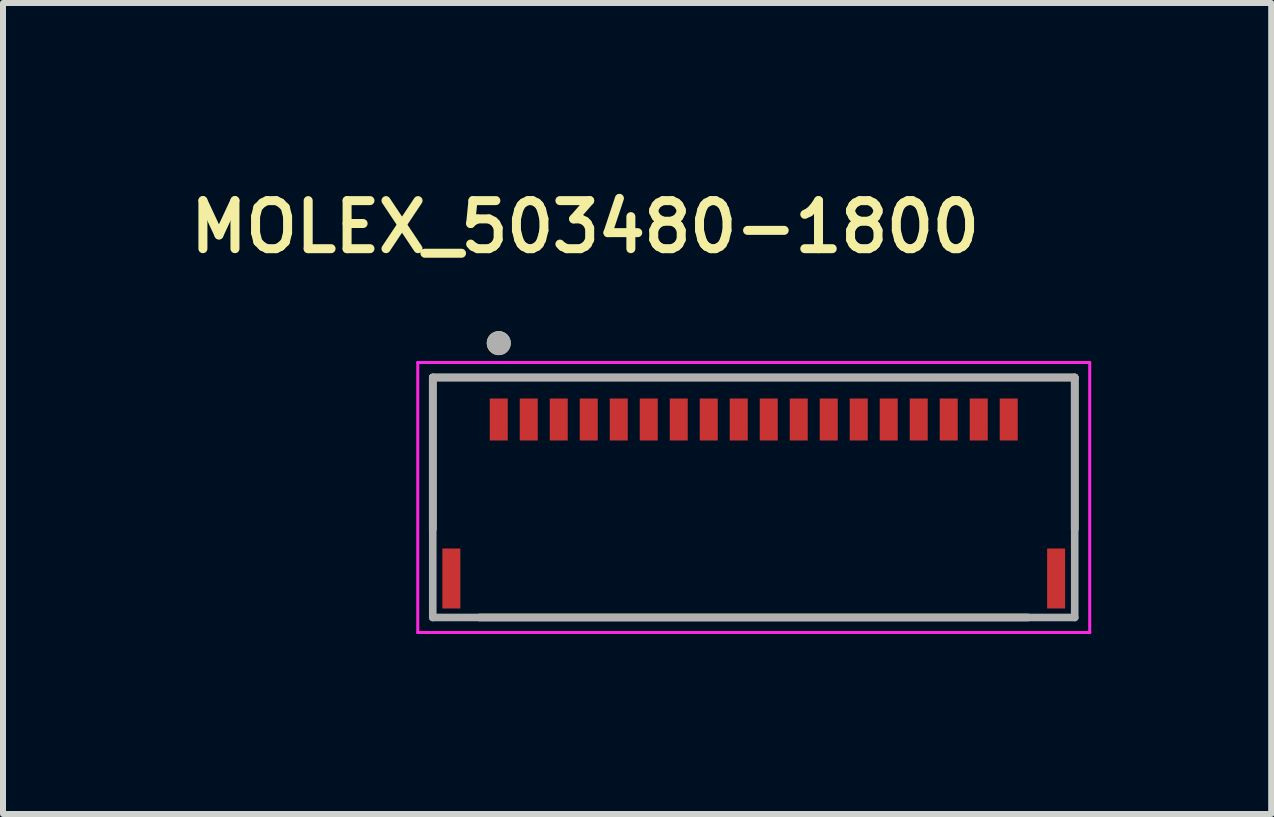
<source format=kicad_pcb>
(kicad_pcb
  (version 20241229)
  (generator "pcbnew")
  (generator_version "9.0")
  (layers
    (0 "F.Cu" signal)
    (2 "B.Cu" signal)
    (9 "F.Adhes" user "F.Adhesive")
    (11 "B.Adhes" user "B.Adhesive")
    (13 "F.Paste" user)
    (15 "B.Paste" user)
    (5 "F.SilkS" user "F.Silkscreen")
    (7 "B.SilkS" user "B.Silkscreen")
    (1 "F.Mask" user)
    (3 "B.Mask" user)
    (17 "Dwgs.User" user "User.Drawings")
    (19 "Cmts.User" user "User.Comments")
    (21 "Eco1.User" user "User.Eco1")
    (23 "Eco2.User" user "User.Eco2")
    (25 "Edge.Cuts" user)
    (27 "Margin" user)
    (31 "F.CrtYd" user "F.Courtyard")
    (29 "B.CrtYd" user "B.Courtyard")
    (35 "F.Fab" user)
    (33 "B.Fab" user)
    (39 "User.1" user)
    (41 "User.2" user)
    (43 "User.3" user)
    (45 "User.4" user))
  (footprint "MOLEX_503480-1800"
    (layer "F.Cu")
    (at 9.513 5.442)
    (property "Reference" "MOLEX_503480-1800" (at -2.811 -4.71 0) (layer "F.SilkS") (effects (font (size 0.801 0.801) (thickness 0.15))))
    (attr smd)
    (fp_line (start -5.35 -2.2) (end -5.35 0.33) (stroke (width 0.127) (type solid)) (layer "F.SilkS"))
    (fp_line (start -5.35 -2.2) (end 5.35 -2.2) (stroke (width 0.127) (type solid)) (layer "F.SilkS"))
    (fp_line (start -4.57 1.8) (end 4.57 1.8) (stroke (width 0.127) (type solid)) (layer "F.SilkS"))
    (fp_line (start 5.35 0.33) (end 5.35 -2.2) (stroke (width 0.127) (type solid)) (layer "F.SilkS"))
    (fp_circle (center -4.25 -2.773) (end -4.15 -2.773) (stroke (width 0.2) (type solid)) (fill no) (layer "F.SilkS"))
    (fp_line (start -5.6 -2.45) (end 5.6 -2.45) (stroke (width 0.05) (type solid)) (layer "F.CrtYd"))
    (fp_line (start -5.6 2.05) (end -5.6 -2.45) (stroke (width 0.05) (type solid)) (layer "F.CrtYd"))
    (fp_line (start 5.6 -2.45) (end 5.6 2.05) (stroke (width 0.05) (type solid)) (layer "F.CrtYd"))
    (fp_line (start 5.6 2.05) (end -5.6 2.05) (stroke (width 0.05) (type solid)) (layer "F.CrtYd"))
    (fp_line (start -5.35 -2.2) (end 5.35 -2.2) (stroke (width 0.127) (type solid)) (layer "F.Fab"))
    (fp_line (start -5.35 1.8) (end -5.35 -2.2) (stroke (width 0.127) (type solid)) (layer "F.Fab"))
    (fp_line (start 5.35 -2.2) (end 5.35 1.8) (stroke (width 0.127) (type solid)) (layer "F.Fab"))
    (fp_line (start 5.35 1.8) (end -5.35 1.8) (stroke (width 0.127) (type solid)) (layer "F.Fab"))
    (fp_circle (center -4.25 -2.773) (end -4.15 -2.773) (stroke (width 0.2) (type solid)) (fill no) (layer "F.Fab"))
    (pad "1" smd rect (at -4.25 -1.5) (size 0.3 0.7) (layers "F.Cu" "F.Mask" "F.Paste"))
    (pad "2" smd rect (at -3.75 -1.5) (size 0.3 0.7) (layers "F.Cu" "F.Mask" "F.Paste"))
    (pad "3" smd rect (at -3.25 -1.5) (size 0.3 0.7) (layers "F.Cu" "F.Mask" "F.Paste"))
    (pad "4" smd rect (at -2.75 -1.5) (size 0.3 0.7) (layers "F.Cu" "F.Mask" "F.Paste"))
    (pad "5" smd rect (at -2.25 -1.5) (size 0.3 0.7) (layers "F.Cu" "F.Mask" "F.Paste"))
    (pad "6" smd rect (at -1.75 -1.5) (size 0.3 0.7) (layers "F.Cu" "F.Mask" "F.Paste"))
    (pad "7" smd rect (at -1.25 -1.5) (size 0.3 0.7) (layers "F.Cu" "F.Mask" "F.Paste"))
    (pad "8" smd rect (at -0.75 -1.5) (size 0.3 0.7) (layers "F.Cu" "F.Mask" "F.Paste"))
    (pad "9" smd rect (at -0.25 -1.5) (size 0.3 0.7) (layers "F.Cu" "F.Mask" "F.Paste"))
    (pad "10" smd rect (at 0.25 -1.5) (size 0.3 0.7) (layers "F.Cu" "F.Mask" "F.Paste"))
    (pad "11" smd rect (at 0.75 -1.5) (size 0.3 0.7) (layers "F.Cu" "F.Mask" "F.Paste"))
    (pad "12" smd rect (at 1.25 -1.5) (size 0.3 0.7) (layers "F.Cu" "F.Mask" "F.Paste"))
    (pad "13" smd rect (at 1.75 -1.5) (size 0.3 0.7) (layers "F.Cu" "F.Mask" "F.Paste"))
    (pad "14" smd rect (at 2.25 -1.5) (size 0.3 0.7) (layers "F.Cu" "F.Mask" "F.Paste"))
    (pad "15" smd rect (at 2.75 -1.5) (size 0.3 0.7) (layers "F.Cu" "F.Mask" "F.Paste"))
    (pad "16" smd rect (at 3.25 -1.5) (size 0.3 0.7) (layers "F.Cu" "F.Mask" "F.Paste"))
    (pad "17" smd rect (at 3.75 -1.5) (size 0.3 0.7) (layers "F.Cu" "F.Mask" "F.Paste"))
    (pad "18" smd rect (at 4.25 -1.5) (size 0.3 0.7) (layers "F.Cu" "F.Mask" "F.Paste"))
    (pad "SH1" smd rect (at -5.04 1.15) (size 0.3 1) (layers "F.Cu" "F.Mask" "F.Paste"))
    (pad "SH2" smd rect (at 5.04 1.15) (size 0.3 1) (layers "F.Cu" "F.Mask" "F.Paste")))
  (gr_rect
    (start -3 -3)
    (end 18.138 10.517)
    (stroke (width 0.1) (type default))
    (fill no)
    (layer "Edge.Cuts")))
</source>
